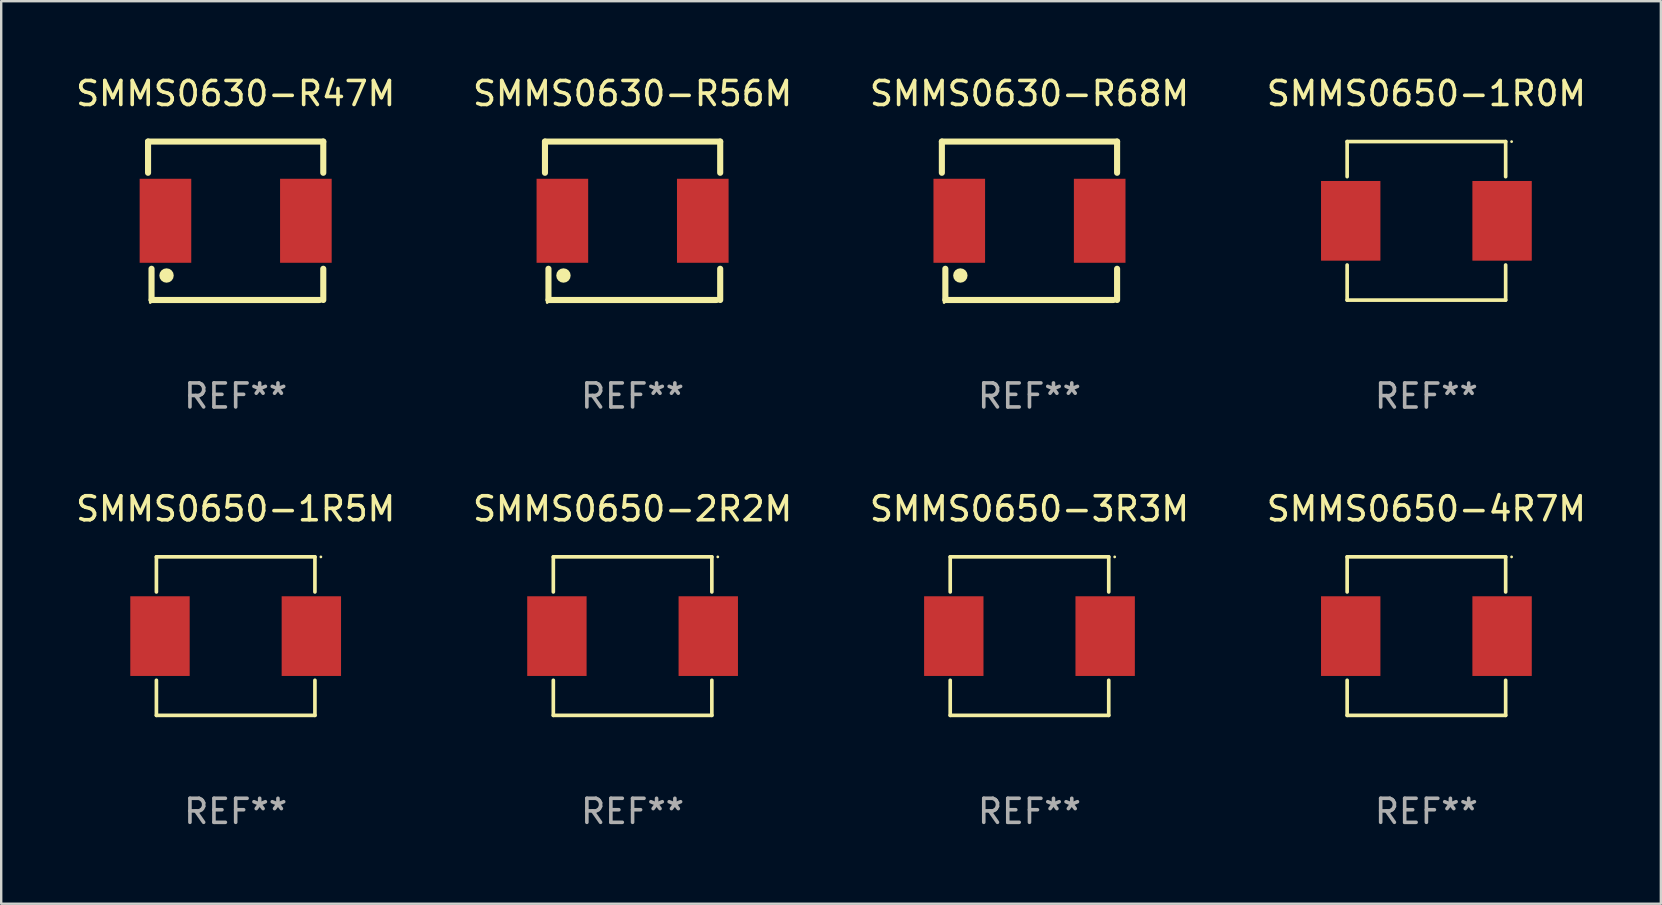
<source format=kicad_pcb>
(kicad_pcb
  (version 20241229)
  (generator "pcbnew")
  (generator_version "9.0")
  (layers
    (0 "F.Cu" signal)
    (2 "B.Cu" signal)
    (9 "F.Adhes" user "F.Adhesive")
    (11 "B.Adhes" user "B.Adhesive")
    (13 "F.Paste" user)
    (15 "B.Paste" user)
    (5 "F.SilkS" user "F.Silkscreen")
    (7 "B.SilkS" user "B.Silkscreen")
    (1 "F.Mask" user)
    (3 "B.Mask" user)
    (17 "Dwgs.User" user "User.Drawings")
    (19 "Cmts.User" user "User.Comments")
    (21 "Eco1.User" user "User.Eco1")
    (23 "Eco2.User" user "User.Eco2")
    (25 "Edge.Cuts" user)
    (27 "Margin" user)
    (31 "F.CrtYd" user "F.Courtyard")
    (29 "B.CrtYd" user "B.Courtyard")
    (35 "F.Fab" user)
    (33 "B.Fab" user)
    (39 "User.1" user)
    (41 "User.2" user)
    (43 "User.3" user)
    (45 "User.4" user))
  (footprint "SMMS0630-R68M"
    (layer "F.Cu")
    (at 39.839 6.148)
    (property "Reference" "SMMS0630-R68M" (at 0 -5.3 0) (layer "F.SilkS") (effects (font (size 1 1) (thickness 0.15))))
    (attr through_hole)
    (fp_line (start -3.65 -3.3) (end 3.65 -3.3) (stroke (width 0.254) (type solid)) (layer "F.SilkS"))
    (fp_line (start -3.65 -2) (end -3.65 -3.3) (stroke (width 0.254) (type solid)) (layer "F.SilkS"))
    (fp_line (start -3.505 3.3) (end -3.505 2) (stroke (width 0.254) (type solid)) (layer "F.SilkS"))
    (fp_line (start -3.5 3.3) (end 3.5 3.3) (stroke (width 0.254) (type solid)) (layer "F.SilkS"))
    (fp_line (start 3.65 2) (end 3.65 3.3) (stroke (width 0.254) (type solid)) (layer "F.SilkS"))
    (fp_line (start 3.65 -3.3) (end 3.65 -2) (stroke (width 0.254) (type solid)) (layer "F.SilkS"))
    (fp_circle (center -3.558 3.407) (end -3.528 3.407) (stroke (width 0.06) (type solid)) (fill no) (layer "F.SilkS"))
    (fp_circle (center -2.88 2.28) (end -2.73 2.28) (stroke (width 0.3) (type solid)) (fill no) (layer "F.SilkS"))
    (fp_text user "REF**" (at 0 7.3 0) (layer "F.Fab") (effects (font (size 1 1) (thickness 0.15))))
    (pad "1" smd rect (at -2.925 0) (size 2.15 3.5) (layers "F.Cu" "F.Mask" "F.Paste"))
    (pad "2" smd rect (at 2.925 0) (size 2.15 3.5) (layers "F.Cu" "F.Mask" "F.Paste")))
  (footprint "SMMS0650-2R2M"
    (layer "F.Cu")
    (at 23.304 23.451)
    (property "Reference" "SMMS0650-2R2M" (at 0 -5.302 0) (layer "F.SilkS") (effects (font (size 1 1) (thickness 0.15))))
    (attr through_hole)
    (fp_line (start -3.302 -3.302) (end -3.302 -1.84) (stroke (width 0.152) (type solid)) (layer "F.SilkS"))
    (fp_line (start -3.302 1.84) (end -3.302 3.302) (stroke (width 0.152) (type solid)) (layer "F.SilkS"))
    (fp_line (start -3.302 3.302) (end 3.302 3.302) (stroke (width 0.152) (type solid)) (layer "F.SilkS"))
    (fp_line (start 3.302 -3.302) (end -3.302 -3.302) (stroke (width 0.152) (type solid)) (layer "F.SilkS"))
    (fp_line (start 3.302 -1.84) (end 3.302 -3.302) (stroke (width 0.152) (type solid)) (layer "F.SilkS"))
    (fp_line (start 3.302 3.302) (end 3.302 1.84) (stroke (width 0.152) (type solid)) (layer "F.SilkS"))
    (fp_circle (center 3.55 -3.3) (end 3.58 -3.3) (stroke (width 0.06) (type solid)) (fill no) (layer "F.SilkS"))
    (fp_text user "REF**" (at 0 7.302 0) (layer "F.Fab") (effects (font (size 1 1) (thickness 0.15))))
    (pad "1" smd rect (at 3.153 0) (size 2.474 3.32) (layers "F.Cu" "F.Mask" "F.Paste"))
    (pad "2" smd rect (at -3.153 0) (size 2.474 3.32) (layers "F.Cu" "F.Mask" "F.Paste")))
  (footprint "SMMS0650-1R5M"
    (layer "F.Cu")
    (at 6.768 23.451)
    (property "Reference" "SMMS0650-1R5M" (at 0 -5.302 0) (layer "F.SilkS") (effects (font (size 1 1) (thickness 0.15))))
    (attr through_hole)
    (fp_line (start -3.302 -3.302) (end -3.302 -1.84) (stroke (width 0.152) (type solid)) (layer "F.SilkS"))
    (fp_line (start -3.302 1.84) (end -3.302 3.302) (stroke (width 0.152) (type solid)) (layer "F.SilkS"))
    (fp_line (start -3.302 3.302) (end 3.302 3.302) (stroke (width 0.152) (type solid)) (layer "F.SilkS"))
    (fp_line (start 3.302 -3.302) (end -3.302 -3.302) (stroke (width 0.152) (type solid)) (layer "F.SilkS"))
    (fp_line (start 3.302 -1.84) (end 3.302 -3.302) (stroke (width 0.152) (type solid)) (layer "F.SilkS"))
    (fp_line (start 3.302 3.302) (end 3.302 1.84) (stroke (width 0.152) (type solid)) (layer "F.SilkS"))
    (fp_circle (center 3.55 -3.3) (end 3.58 -3.3) (stroke (width 0.06) (type solid)) (fill no) (layer "F.SilkS"))
    (fp_text user "REF**" (at 0 7.302 0) (layer "F.Fab") (effects (font (size 1 1) (thickness 0.15))))
    (pad "1" smd rect (at 3.153 0) (size 2.474 3.32) (layers "F.Cu" "F.Mask" "F.Paste"))
    (pad "2" smd rect (at -3.153 0) (size 2.474 3.32) (layers "F.Cu" "F.Mask" "F.Paste")))
  (footprint "SMMS0650-4R7M"
    (layer "F.Cu")
    (at 56.375 23.451)
    (property "Reference" "SMMS0650-4R7M" (at 0 -5.302 0) (layer "F.SilkS") (effects (font (size 1 1) (thickness 0.15))))
    (attr through_hole)
    (fp_line (start -3.302 -3.302) (end -3.302 -1.84) (stroke (width 0.152) (type solid)) (layer "F.SilkS"))
    (fp_line (start -3.302 1.84) (end -3.302 3.302) (stroke (width 0.152) (type solid)) (layer "F.SilkS"))
    (fp_line (start -3.302 3.302) (end 3.302 3.302) (stroke (width 0.152) (type solid)) (layer "F.SilkS"))
    (fp_line (start 3.302 -3.302) (end -3.302 -3.302) (stroke (width 0.152) (type solid)) (layer "F.SilkS"))
    (fp_line (start 3.302 -1.84) (end 3.302 -3.302) (stroke (width 0.152) (type solid)) (layer "F.SilkS"))
    (fp_line (start 3.302 3.302) (end 3.302 1.84) (stroke (width 0.152) (type solid)) (layer "F.SilkS"))
    (fp_circle (center 3.55 -3.3) (end 3.58 -3.3) (stroke (width 0.06) (type solid)) (fill no) (layer "F.SilkS"))
    (fp_text user "REF**" (at 0 7.302 0) (layer "F.Fab") (effects (font (size 1 1) (thickness 0.15))))
    (pad "1" smd rect (at 3.153 0) (size 2.474 3.32) (layers "F.Cu" "F.Mask" "F.Paste"))
    (pad "2" smd rect (at -3.153 0) (size 2.474 3.32) (layers "F.Cu" "F.Mask" "F.Paste")))
  (footprint "SMMS0650-1R0M"
    (layer "F.Cu")
    (at 56.375 6.15)
    (property "Reference" "SMMS0650-1R0M" (at 0 -5.302 0) (layer "F.SilkS") (effects (font (size 1 1) (thickness 0.15))))
    (attr through_hole)
    (fp_line (start -3.302 -3.302) (end -3.302 -1.84) (stroke (width 0.152) (type solid)) (layer "F.SilkS"))
    (fp_line (start -3.302 1.84) (end -3.302 3.302) (stroke (width 0.152) (type solid)) (layer "F.SilkS"))
    (fp_line (start -3.302 3.302) (end 3.302 3.302) (stroke (width 0.152) (type solid)) (layer "F.SilkS"))
    (fp_line (start 3.302 -3.302) (end -3.302 -3.302) (stroke (width 0.152) (type solid)) (layer "F.SilkS"))
    (fp_line (start 3.302 -1.84) (end 3.302 -3.302) (stroke (width 0.152) (type solid)) (layer "F.SilkS"))
    (fp_line (start 3.302 3.302) (end 3.302 1.84) (stroke (width 0.152) (type solid)) (layer "F.SilkS"))
    (fp_circle (center 3.55 -3.3) (end 3.58 -3.3) (stroke (width 0.06) (type solid)) (fill no) (layer "F.SilkS"))
    (fp_text user "REF**" (at 0 7.302 0) (layer "F.Fab") (effects (font (size 1 1) (thickness 0.15))))
    (pad "1" smd rect (at 3.153 0) (size 2.474 3.32) (layers "F.Cu" "F.Mask" "F.Paste"))
    (pad "2" smd rect (at -3.153 0) (size 2.474 3.32) (layers "F.Cu" "F.Mask" "F.Paste")))
  (footprint "SMMS0630-R47M"
    (layer "F.Cu")
    (at 6.768 6.148)
    (property "Reference" "SMMS0630-R47M" (at 0 -5.3 0) (layer "F.SilkS") (effects (font (size 1 1) (thickness 0.15))))
    (attr through_hole)
    (fp_line (start -3.65 -3.3) (end 3.65 -3.3) (stroke (width 0.254) (type solid)) (layer "F.SilkS"))
    (fp_line (start -3.65 -2) (end -3.65 -3.3) (stroke (width 0.254) (type solid)) (layer "F.SilkS"))
    (fp_line (start -3.505 3.3) (end -3.505 2) (stroke (width 0.254) (type solid)) (layer "F.SilkS"))
    (fp_line (start -3.5 3.3) (end 3.5 3.3) (stroke (width 0.254) (type solid)) (layer "F.SilkS"))
    (fp_line (start 3.65 2) (end 3.65 3.3) (stroke (width 0.254) (type solid)) (layer "F.SilkS"))
    (fp_line (start 3.65 -3.3) (end 3.65 -2) (stroke (width 0.254) (type solid)) (layer "F.SilkS"))
    (fp_circle (center -3.558 3.407) (end -3.528 3.407) (stroke (width 0.06) (type solid)) (fill no) (layer "F.SilkS"))
    (fp_circle (center -2.88 2.28) (end -2.73 2.28) (stroke (width 0.3) (type solid)) (fill no) (layer "F.SilkS"))
    (fp_text user "REF**" (at 0 7.3 0) (layer "F.Fab") (effects (font (size 1 1) (thickness 0.15))))
    (pad "1" smd rect (at -2.925 0) (size 2.15 3.5) (layers "F.Cu" "F.Mask" "F.Paste"))
    (pad "2" smd rect (at 2.925 0) (size 2.15 3.5) (layers "F.Cu" "F.Mask" "F.Paste")))
  (footprint "SMMS0630-R56M"
    (layer "F.Cu")
    (at 23.304 6.148)
    (property "Reference" "SMMS0630-R56M" (at 0 -5.3 0) (layer "F.SilkS") (effects (font (size 1 1) (thickness 0.15))))
    (attr through_hole)
    (fp_line (start -3.65 -3.3) (end 3.65 -3.3) (stroke (width 0.254) (type solid)) (layer "F.SilkS"))
    (fp_line (start -3.65 -2) (end -3.65 -3.3) (stroke (width 0.254) (type solid)) (layer "F.SilkS"))
    (fp_line (start -3.505 3.3) (end -3.505 2) (stroke (width 0.254) (type solid)) (layer "F.SilkS"))
    (fp_line (start -3.5 3.3) (end 3.5 3.3) (stroke (width 0.254) (type solid)) (layer "F.SilkS"))
    (fp_line (start 3.65 2) (end 3.65 3.3) (stroke (width 0.254) (type solid)) (layer "F.SilkS"))
    (fp_line (start 3.65 -3.3) (end 3.65 -2) (stroke (width 0.254) (type solid)) (layer "F.SilkS"))
    (fp_circle (center -3.558 3.407) (end -3.528 3.407) (stroke (width 0.06) (type solid)) (fill no) (layer "F.SilkS"))
    (fp_circle (center -2.88 2.28) (end -2.73 2.28) (stroke (width 0.3) (type solid)) (fill no) (layer "F.SilkS"))
    (fp_text user "REF**" (at 0 7.3 0) (layer "F.Fab") (effects (font (size 1 1) (thickness 0.15))))
    (pad "1" smd rect (at -2.925 0) (size 2.15 3.5) (layers "F.Cu" "F.Mask" "F.Paste"))
    (pad "2" smd rect (at 2.925 0) (size 2.15 3.5) (layers "F.Cu" "F.Mask" "F.Paste")))
  (footprint "SMMS0650-3R3M"
    (layer "F.Cu")
    (at 39.839 23.451)
    (property "Reference" "SMMS0650-3R3M" (at 0 -5.302 0) (layer "F.SilkS") (effects (font (size 1 1) (thickness 0.15))))
    (attr through_hole)
    (fp_line (start -3.302 -3.302) (end -3.302 -1.84) (stroke (width 0.152) (type solid)) (layer "F.SilkS"))
    (fp_line (start -3.302 1.84) (end -3.302 3.302) (stroke (width 0.152) (type solid)) (layer "F.SilkS"))
    (fp_line (start -3.302 3.302) (end 3.302 3.302) (stroke (width 0.152) (type solid)) (layer "F.SilkS"))
    (fp_line (start 3.302 -3.302) (end -3.302 -3.302) (stroke (width 0.152) (type solid)) (layer "F.SilkS"))
    (fp_line (start 3.302 -1.84) (end 3.302 -3.302) (stroke (width 0.152) (type solid)) (layer "F.SilkS"))
    (fp_line (start 3.302 3.302) (end 3.302 1.84) (stroke (width 0.152) (type solid)) (layer "F.SilkS"))
    (fp_circle (center 3.55 -3.3) (end 3.58 -3.3) (stroke (width 0.06) (type solid)) (fill no) (layer "F.SilkS"))
    (fp_text user "REF**" (at 0 7.302 0) (layer "F.Fab") (effects (font (size 1 1) (thickness 0.15))))
    (pad "1" smd rect (at 3.153 0) (size 2.474 3.32) (layers "F.Cu" "F.Mask" "F.Paste"))
    (pad "2" smd rect (at -3.153 0) (size 2.474 3.32) (layers "F.Cu" "F.Mask" "F.Paste")))
  (gr_rect
    (start -3 -3)
    (end 66.143 34.601)
    (stroke (width 0.1) (type default))
    (fill no)
    (layer "Edge.Cuts")))
</source>
